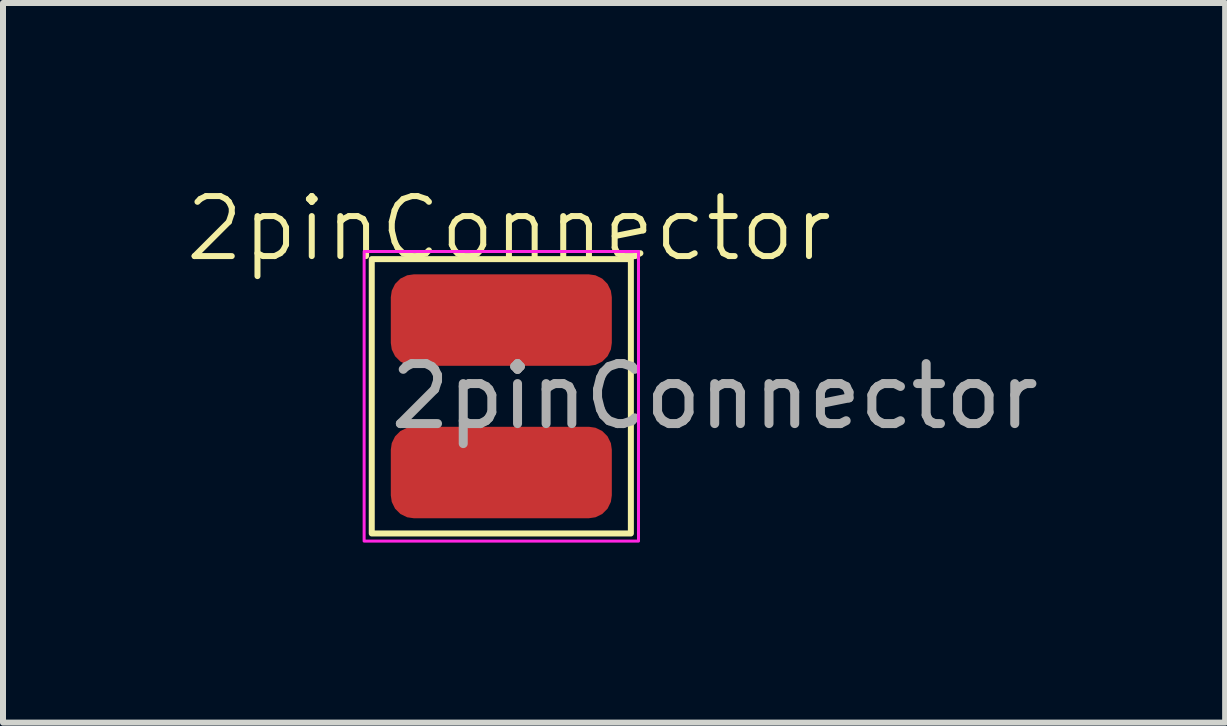
<source format=kicad_pcb>
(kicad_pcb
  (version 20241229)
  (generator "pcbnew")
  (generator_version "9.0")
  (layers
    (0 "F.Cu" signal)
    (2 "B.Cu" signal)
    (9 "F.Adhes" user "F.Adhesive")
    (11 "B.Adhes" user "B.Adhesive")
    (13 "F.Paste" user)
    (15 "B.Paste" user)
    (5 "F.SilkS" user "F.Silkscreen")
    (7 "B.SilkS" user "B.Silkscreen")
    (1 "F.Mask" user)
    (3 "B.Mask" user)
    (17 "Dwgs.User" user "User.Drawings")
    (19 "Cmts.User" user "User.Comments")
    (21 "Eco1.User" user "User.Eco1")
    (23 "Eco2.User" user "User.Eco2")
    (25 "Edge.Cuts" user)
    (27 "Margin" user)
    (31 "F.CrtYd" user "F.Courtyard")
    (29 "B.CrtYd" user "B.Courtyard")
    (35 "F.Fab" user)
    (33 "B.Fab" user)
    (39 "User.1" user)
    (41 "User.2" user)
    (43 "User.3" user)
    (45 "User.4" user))
  (footprint "2pinConnector"
    (layer "F.Cu")
    (at 5.304 2.284)
    (property "Reference" "2pinConnector" (at 0.127 -1.524 0) (unlocked yes) (layer "F.SilkS") (effects (font (size 1 1) (thickness 0.1))))
    (attr smd)
    (fp_rect (start -2.159 -1.016) (end 2.159 3.556) (stroke (width 0.1) (type default)) (fill no) (layer "F.SilkS"))
    (fp_rect (start -2.286 -1.143) (end 2.286 3.683) (stroke (width 0.05) (type default)) (fill no) (layer "F.CrtYd"))
    (fp_text user "${REFERENCE}" (at 3.556 1.27 0) (unlocked yes) (layer "F.Fab") (effects (font (size 1 1) (thickness 0.15))))
    (pad "1" smd roundrect (at 0 0) (size 3.683 1.524) (layers "F.Cu" "F.Mask" "F.Paste") (roundrect_rratio 0.25))
    (pad "2" smd roundrect (at 0 2.54) (size 3.683 1.524) (layers "F.Cu" "F.Mask" "F.Paste") (roundrect_rratio 0.25)))
  (gr_rect
    (start -3 -3)
    (end 17.366 8.992)
    (stroke (width 0.1) (type default))
    (fill no)
    (layer "Edge.Cuts")))
</source>
